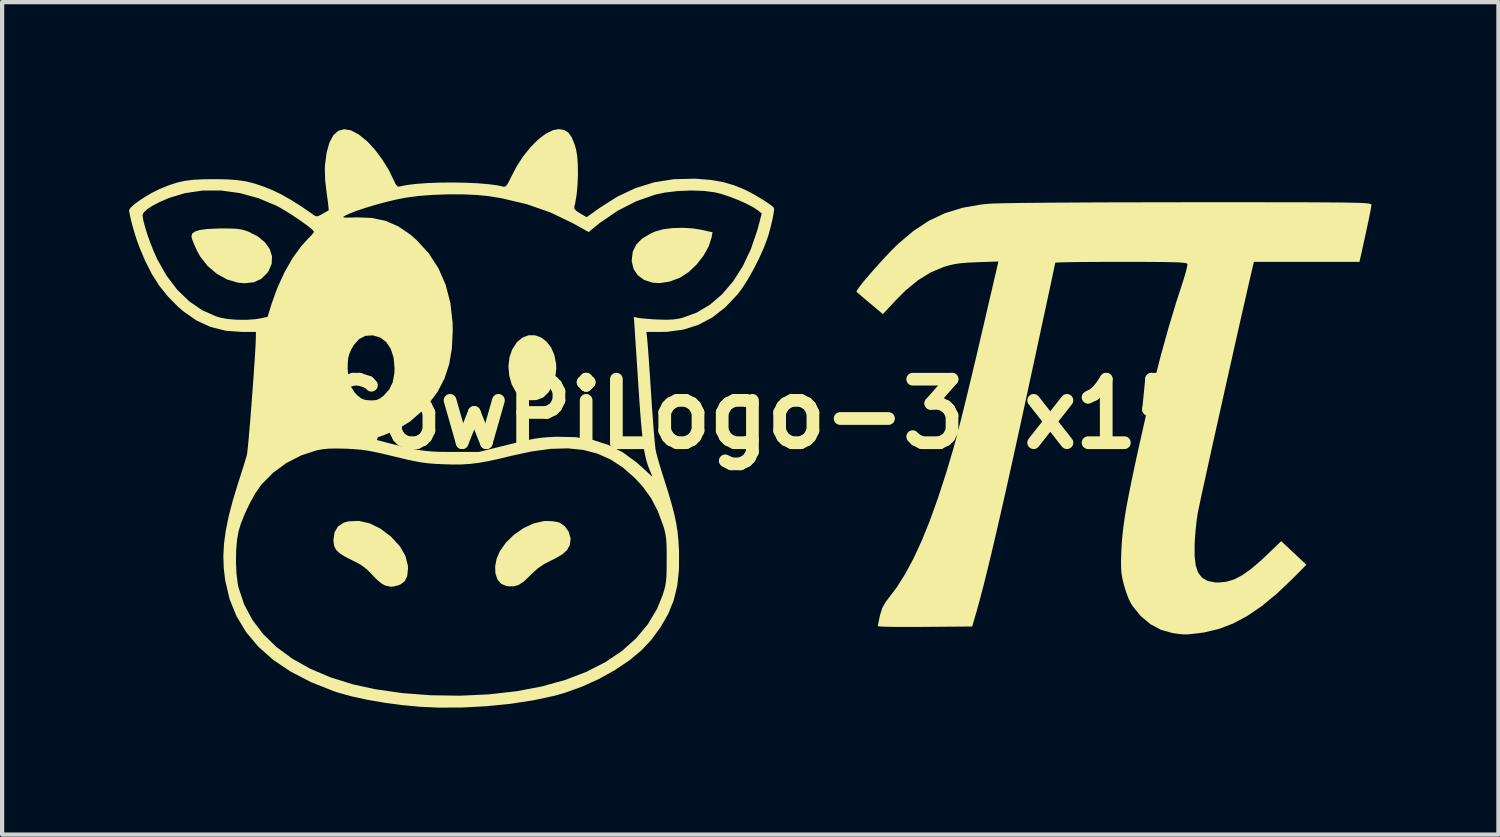
<source format=kicad_pcb>
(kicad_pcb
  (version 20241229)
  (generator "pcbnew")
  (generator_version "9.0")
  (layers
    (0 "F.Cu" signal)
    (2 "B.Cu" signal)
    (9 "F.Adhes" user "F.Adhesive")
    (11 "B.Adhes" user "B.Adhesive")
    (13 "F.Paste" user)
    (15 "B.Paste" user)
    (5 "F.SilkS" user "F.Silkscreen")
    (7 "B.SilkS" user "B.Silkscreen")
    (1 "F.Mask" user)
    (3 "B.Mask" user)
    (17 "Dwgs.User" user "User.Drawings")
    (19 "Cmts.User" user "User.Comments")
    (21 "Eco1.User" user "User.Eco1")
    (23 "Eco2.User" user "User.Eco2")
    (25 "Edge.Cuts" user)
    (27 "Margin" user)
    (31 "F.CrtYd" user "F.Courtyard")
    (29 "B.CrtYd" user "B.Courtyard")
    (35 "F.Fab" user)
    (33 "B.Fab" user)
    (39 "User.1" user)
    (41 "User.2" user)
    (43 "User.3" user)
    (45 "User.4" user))
  (footprint "CowPiLogo-30x15"
    (layer "F.Cu")
    (at 14.867 6.729)
    (property "Reference" "CowPiLogo-30x15" (at 0 0 0) (layer "F.SilkS") (effects (font (size 1.5 1.5) (thickness 0.3))))
    (attr board_only exclude_from_pos_files exclude_from_bom)
    (fp_poly (pts (xy -5.28 -1.859) (xy -5.137 -1.808) (xy -5.008 -1.711) (xy -4.899 -1.571) (xy -4.821 -1.391) (xy -4.78 -1.177) (xy -4.776 -1.07) (xy -4.801 -0.868) (xy -4.865 -0.676) (xy -4.959 -0.512) (xy -5.075 -0.398) (xy -5.088 -0.389) (xy -5.25 -0.327) (xy -5.423 -0.326) (xy -5.584 -0.385) (xy -5.603 -0.396) (xy -5.733 -0.524) (xy -5.829 -0.698) (xy -5.888 -0.903) (xy -5.907 -1.123) (xy -5.882 -1.34) (xy -5.817 -1.526) (xy -5.705 -1.697) (xy -5.572 -1.807) (xy -5.428 -1.86)) (stroke (width 0) (type solid)) (fill yes) (layer "F.SilkS"))
    (fp_poly (pts (xy -1.546 -4.383) (xy -1.358 -4.352) (xy -1.085 -4.292) (xy -1.109 -4.165) (xy -1.178 -3.954) (xy -1.3 -3.738) (xy -1.46 -3.533) (xy -1.646 -3.356) (xy -1.844 -3.225) (xy -1.861 -3.217) (xy -2.101 -3.127) (xy -2.339 -3.091) (xy -2.501 -3.102) (xy -2.698 -3.165) (xy -2.851 -3.275) (xy -2.951 -3.425) (xy -2.994 -3.607) (xy -2.994 -3.639) (xy -2.969 -3.835) (xy -2.889 -4) (xy -2.751 -4.141) (xy -2.55 -4.262) (xy -2.431 -4.314) (xy -2.254 -4.363) (xy -2.032 -4.391) (xy -1.789 -4.398)) (stroke (width 0) (type solid)) (fill yes) (layer "F.SilkS"))
    (fp_poly (pts (xy -12.485 -4.381) (xy -12.339 -4.375) (xy -12.228 -4.361) (xy -12.133 -4.337) (xy -12.045 -4.305) (xy -11.824 -4.192) (xy -11.656 -4.052) (xy -11.544 -3.893) (xy -11.491 -3.722) (xy -11.5 -3.547) (xy -11.574 -3.374) (xy -11.607 -3.328) (xy -11.75 -3.189) (xy -11.928 -3.11) (xy -12.143 -3.088) (xy -12.297 -3.102) (xy -12.553 -3.177) (xy -12.796 -3.311) (xy -13.012 -3.496) (xy -13.189 -3.721) (xy -13.261 -3.851) (xy -13.321 -3.983) (xy -13.368 -4.099) (xy -13.393 -4.18) (xy -13.394 -4.188) (xy -13.38 -4.257) (xy -13.314 -4.31) (xy -13.192 -4.347) (xy -13.011 -4.37) (xy -12.766 -4.381) (xy -12.682 -4.382)) (stroke (width 0) (type solid)) (fill yes) (layer "F.SilkS"))
    (fp_poly (pts (xy -4.88 2.532) (xy -4.754 2.551) (xy -4.693 2.569) (xy -4.574 2.652) (xy -4.484 2.78) (xy -4.441 2.927) (xy -4.439 2.963) (xy -4.458 3.098) (xy -4.52 3.212) (xy -4.633 3.315) (xy -4.806 3.415) (xy -4.876 3.449) (xy -5.063 3.544) (xy -5.213 3.647) (xy -5.359 3.78) (xy -5.396 3.817) (xy -5.535 3.95) (xy -5.654 4.032) (xy -5.768 4.07) (xy -5.896 4.071) (xy -5.958 4.063) (xy -6.08 4.011) (xy -6.166 3.909) (xy -6.214 3.768) (xy -6.221 3.601) (xy -6.186 3.42) (xy -6.112 3.246) (xy -5.965 3.036) (xy -5.772 2.849) (xy -5.55 2.696) (xy -5.314 2.587) (xy -5.079 2.532) (xy -5.017 2.528)) (stroke (width 0) (type solid)) (fill yes) (layer "F.SilkS"))
    (fp_poly (pts (xy -9.187 2.583) (xy -8.934 2.706) (xy -8.687 2.893) (xy -8.666 2.913) (xy -8.468 3.13) (xy -8.341 3.351) (xy -8.283 3.577) (xy -8.279 3.654) (xy -8.298 3.83) (xy -8.358 3.953) (xy -8.463 4.03) (xy -8.52 4.05) (xy -8.621 4.076) (xy -8.693 4.08) (xy -8.775 4.063) (xy -8.825 4.049) (xy -8.904 4.005) (xy -9.008 3.919) (xy -9.117 3.807) (xy -9.249 3.671) (xy -9.385 3.569) (xy -9.556 3.476) (xy -9.575 3.468) (xy -9.763 3.373) (xy -9.894 3.29) (xy -9.978 3.209) (xy -10.023 3.119) (xy -10.039 3.01) (xy -10.04 2.971) (xy -10.013 2.791) (xy -9.932 2.656) (xy -9.797 2.567) (xy -9.687 2.536) (xy -9.44 2.526)) (stroke (width 0) (type solid)) (fill yes) (layer "F.SilkS"))
    (fp_poly (pts (xy 11.387 -5.002) (xy 11.897 -5.002) (xy 12.348 -5.001) (xy 12.744 -5.001) (xy 13.087 -5) (xy 13.382 -4.998) (xy 13.632 -4.996) (xy 13.841 -4.994) (xy 14.013 -4.991) (xy 14.15 -4.988) (xy 14.258 -4.984) (xy 14.339 -4.979) (xy 14.398 -4.973) (xy 14.438 -4.967) (xy 14.462 -4.96) (xy 14.474 -4.952) (xy 14.479 -4.942) (xy 14.479 -4.938) (xy 14.471 -4.882) (xy 14.45 -4.765) (xy 14.416 -4.597) (xy 14.371 -4.385) (xy 14.317 -4.138) (xy 14.257 -3.863) (xy 14.214 -3.673) (xy 14.196 -3.593) (xy 12.949 -3.593) (xy 11.702 -3.593) (xy 11.63 -3.285) (xy 11.578 -3.059) (xy 11.516 -2.788) (xy 11.445 -2.478) (xy 11.368 -2.137) (xy 11.285 -1.771) (xy 11.199 -1.386) (xy 11.11 -0.989) (xy 11.019 -0.586) (xy 10.93 -0.184) (xy 10.842 0.211) (xy 10.757 0.592) (xy 10.677 0.952) (xy 10.604 1.286) (xy 10.538 1.586) (xy 10.481 1.846) (xy 10.435 2.06) (xy 10.401 2.22) (xy 10.38 2.321) (xy 10.376 2.344) (xy 10.35 2.519) (xy 10.327 2.732) (xy 10.309 2.949) (xy 10.303 3.065) (xy 10.302 3.352) (xy 10.328 3.579) (xy 10.386 3.749) (xy 10.479 3.869) (xy 10.609 3.944) (xy 10.779 3.978) (xy 10.869 3.981) (xy 11.053 3.963) (xy 11.236 3.908) (xy 11.426 3.809) (xy 11.633 3.663) (xy 11.866 3.464) (xy 11.969 3.367) (xy 12.348 3.004) (xy 12.645 3.282) (xy 12.942 3.561) (xy 12.627 3.88) (xy 12.253 4.237) (xy 11.897 4.532) (xy 11.552 4.768) (xy 11.214 4.949) (xy 10.875 5.078) (xy 10.53 5.16) (xy 10.39 5.179) (xy 10.237 5.196) (xy 10.13 5.206) (xy 10.044 5.207) (xy 9.956 5.199) (xy 9.84 5.184) (xy 9.783 5.175) (xy 9.512 5.101) (xy 9.256 4.964) (xy 9.027 4.772) (xy 8.835 4.533) (xy 8.794 4.468) (xy 8.741 4.356) (xy 8.683 4.204) (xy 8.634 4.042) (xy 8.626 4.012) (xy 8.594 3.877) (xy 8.574 3.756) (xy 8.565 3.628) (xy 8.564 3.475) (xy 8.57 3.274) (xy 8.571 3.241) (xy 8.582 3.049) (xy 8.598 2.857) (xy 8.621 2.656) (xy 8.652 2.437) (xy 8.693 2.192) (xy 8.746 1.913) (xy 8.811 1.589) (xy 8.89 1.213) (xy 8.967 0.858) (xy 9.151 0.041) (xy 9.332 -0.712) (xy 9.51 -1.405) (xy 9.688 -2.045) (xy 9.867 -2.637) (xy 9.987 -3.007) (xy 10.044 -3.184) (xy 10.09 -3.339) (xy 10.12 -3.459) (xy 10.133 -3.532) (xy 10.132 -3.544) (xy 10.117 -3.556) (xy 10.081 -3.566) (xy 10.016 -3.574) (xy 9.918 -3.581) (xy 9.78 -3.585) (xy 9.597 -3.589) (xy 9.363 -3.591) (xy 9.072 -3.593) (xy 8.718 -3.593) (xy 8.562 -3.593) (xy 8.239 -3.593) (xy 7.939 -3.592) (xy 7.668 -3.59) (xy 7.435 -3.587) (xy 7.246 -3.584) (xy 7.108 -3.58) (xy 7.028 -3.576) (xy 7.011 -3.573) (xy 7.003 -3.536) (xy 6.982 -3.436) (xy 6.948 -3.276) (xy 6.903 -3.062) (xy 6.846 -2.799) (xy 6.78 -2.492) (xy 6.705 -2.145) (xy 6.623 -1.763) (xy 6.535 -1.352) (xy 6.44 -0.916) (xy 6.342 -0.46) (xy 6.339 -0.447) (xy 6.169 0.337) (xy 6.012 1.053) (xy 5.867 1.705) (xy 5.734 2.295) (xy 5.612 2.826) (xy 5.501 3.299) (xy 5.399 3.718) (xy 5.308 4.084) (xy 5.225 4.4) (xy 5.151 4.668) (xy 5.13 4.738) (xy 5.048 5.02) (xy 3.933 5.029) (xy 3.661 5.031) (xy 3.413 5.031) (xy 3.197 5.029) (xy 3.023 5.026) (xy 2.897 5.021) (xy 2.829 5.015) (xy 2.82 5.012) (xy 2.827 4.966) (xy 2.846 4.872) (xy 2.868 4.763) (xy 2.923 4.583) (xy 3.009 4.433) (xy 3.054 4.375) (xy 3.264 4.099) (xy 3.466 3.779) (xy 3.663 3.412) (xy 3.857 2.992) (xy 4.049 2.517) (xy 4.241 1.982) (xy 4.435 1.385) (xy 4.596 0.845) (xy 4.643 0.675) (xy 4.704 0.446) (xy 4.774 0.169) (xy 4.853 -0.145) (xy 4.937 -0.487) (xy 5.023 -0.845) (xy 5.11 -1.21) (xy 5.178 -1.497) (xy 5.257 -1.839) (xy 5.334 -2.167) (xy 5.404 -2.472) (xy 5.468 -2.746) (xy 5.524 -2.984) (xy 5.568 -3.176) (xy 5.601 -3.315) (xy 5.619 -3.393) (xy 5.619 -3.395) (xy 5.668 -3.602) (xy 5.168 -3.585) (xy 4.945 -3.575) (xy 4.772 -3.561) (xy 4.631 -3.54) (xy 4.5 -3.51) (xy 4.378 -3.474) (xy 4.068 -3.344) (xy 3.767 -3.159) (xy 3.468 -2.912) (xy 3.25 -2.693) (xy 2.938 -2.359) (xy 2.641 -2.609) (xy 2.517 -2.713) (xy 2.414 -2.801) (xy 2.342 -2.863) (xy 2.315 -2.886) (xy 2.327 -2.921) (xy 2.38 -2.997) (xy 2.466 -3.108) (xy 2.579 -3.242) (xy 2.709 -3.393) (xy 2.85 -3.551) (xy 2.994 -3.708) (xy 3.133 -3.854) (xy 3.26 -3.981) (xy 3.304 -4.023) (xy 3.66 -4.324) (xy 4.023 -4.563) (xy 4.404 -4.743) (xy 4.815 -4.87) (xy 5.268 -4.949) (xy 5.448 -4.967) (xy 5.543 -4.972) (xy 5.704 -4.976) (xy 5.927 -4.981) (xy 6.209 -4.985) (xy 6.544 -4.988) (xy 6.931 -4.992) (xy 7.363 -4.994) (xy 7.838 -4.997) (xy 8.351 -4.999) (xy 8.897 -5) (xy 9.475 -5.001) (xy 10.078 -5.002) (xy 10.172 -5.002) (xy 10.813 -5.002)) (stroke (width 0) (type solid)) (fill yes) (layer "F.SilkS"))
    (fp_poly (pts (xy -4.594 -6.71) (xy -4.494 -6.649) (xy -4.413 -6.538) (xy -4.344 -6.368) (xy -4.31 -6.253) (xy -4.282 -6.089) (xy -4.267 -5.877) (xy -4.265 -5.638) (xy -4.276 -5.394) (xy -4.298 -5.164) (xy -4.331 -4.971) (xy -4.351 -4.896) (xy -4.348 -4.846) (xy -4.297 -4.793) (xy -4.215 -4.74) (xy -4.059 -4.648) (xy -3.764 -4.86) (xy -3.338 -5.132) (xy -2.907 -5.335) (xy -2.463 -5.473) (xy -2 -5.546) (xy -1.511 -5.558) (xy -1.447 -5.555) (xy -1.119 -5.528) (xy -0.836 -5.478) (xy -0.573 -5.401) (xy -0.33 -5.302) (xy -0.202 -5.238) (xy -0.058 -5.158) (xy 0.085 -5.072) (xy 0.214 -4.99) (xy 0.312 -4.919) (xy 0.363 -4.872) (xy 0.365 -4.869) (xy 0.368 -4.819) (xy 0.353 -4.717) (xy 0.326 -4.579) (xy 0.289 -4.423) (xy 0.246 -4.263) (xy 0.211 -4.15) (xy 0.124 -3.92) (xy 0.01 -3.667) (xy -0.121 -3.41) (xy -0.259 -3.167) (xy -0.394 -2.957) (xy -0.493 -2.827) (xy -0.784 -2.52) (xy -1.091 -2.28) (xy -1.418 -2.106) (xy -1.769 -1.994) (xy -2.15 -1.942) (xy -2.306 -1.938) (xy -2.647 -1.938) (xy -2.627 -1.753) (xy -2.62 -1.672) (xy -2.609 -1.531) (xy -2.595 -1.34) (xy -2.579 -1.11) (xy -2.561 -0.851) (xy -2.543 -0.572) (xy -2.534 -0.444) (xy -2.516 -0.16) (xy -2.496 0.108) (xy -2.478 0.351) (xy -2.46 0.558) (xy -2.445 0.721) (xy -2.433 0.827) (xy -2.429 0.855) (xy -2.406 0.952) (xy -2.366 1.098) (xy -2.314 1.276) (xy -2.254 1.467) (xy -2.235 1.527) (xy -2.132 1.854) (xy -2.051 2.129) (xy -1.989 2.366) (xy -1.944 2.578) (xy -1.912 2.779) (xy -1.892 2.984) (xy -1.879 3.205) (xy -1.877 3.243) (xy -1.878 3.671) (xy -1.918 4.051) (xy -2.001 4.397) (xy -2.132 4.721) (xy -2.314 5.038) (xy -2.534 5.338) (xy -2.764 5.583) (xy -3.052 5.822) (xy -3.389 6.048) (xy -3.76 6.255) (xy -4.156 6.436) (xy -4.565 6.584) (xy -4.813 6.655) (xy -5.31 6.762) (xy -5.854 6.846) (xy -6.425 6.903) (xy -7.004 6.934) (xy -7.571 6.936) (xy -7.997 6.916) (xy -8.417 6.877) (xy -8.836 6.821) (xy -9.24 6.751) (xy -9.612 6.67) (xy -9.936 6.58) (xy -10.035 6.547) (xy -10.574 6.333) (xy -11.05 6.087) (xy -11.463 5.808) (xy -11.814 5.498) (xy -12.102 5.155) (xy -12.329 4.78) (xy -12.494 4.372) (xy -12.598 3.93) (xy -12.632 3.636) (xy -12.636 3.504) (xy -12.343 3.504) (xy -12.331 3.772) (xy -12.301 4.009) (xy -12.282 4.103) (xy -12.15 4.498) (xy -11.955 4.864) (xy -11.699 5.201) (xy -11.384 5.507) (xy -11.013 5.78) (xy -10.588 6.018) (xy -10.111 6.221) (xy -9.585 6.385) (xy -9.071 6.499) (xy -8.427 6.592) (xy -7.747 6.644) (xy -7.051 6.655) (xy -6.361 6.623) (xy -6.355 6.622) (xy -5.711 6.549) (xy -5.113 6.435) (xy -4.564 6.282) (xy -4.065 6.091) (xy -3.619 5.863) (xy -3.227 5.599) (xy -2.892 5.301) (xy -2.614 4.968) (xy -2.396 4.603) (xy -2.264 4.28) (xy -2.228 4.164) (xy -2.202 4.061) (xy -2.185 3.954) (xy -2.175 3.827) (xy -2.17 3.662) (xy -2.169 3.452) (xy -2.169 3.232) (xy -2.173 3.065) (xy -2.183 2.934) (xy -2.2 2.825) (xy -2.226 2.718) (xy -2.249 2.642) (xy -2.38 2.29) (xy -2.539 1.985) (xy -2.74 1.709) (xy -2.922 1.512) (xy -3.2 1.267) (xy -3.492 1.076) (xy -3.803 0.937) (xy -4.14 0.849) (xy -4.507 0.812) (xy -4.911 0.824) (xy -5.358 0.885) (xy -5.809 0.982) (xy -6.121 1.057) (xy -6.382 1.114) (xy -6.607 1.154) (xy -6.812 1.179) (xy -7.012 1.192) (xy -7.223 1.194) (xy -7.447 1.187) (xy -7.637 1.178) (xy -7.802 1.165) (xy -7.958 1.145) (xy -8.124 1.115) (xy -8.319 1.073) (xy -8.559 1.016) (xy -8.613 1.002) (xy -8.868 0.941) (xy -9.073 0.896) (xy -9.245 0.864) (xy -9.402 0.843) (xy -9.561 0.829) (xy -9.741 0.82) (xy -9.974 0.815) (xy -10.157 0.819) (xy -10.309 0.835) (xy -10.444 0.861) (xy -10.806 0.98) (xy -11.151 1.158) (xy -11.465 1.388) (xy -11.732 1.657) (xy -11.752 1.682) (xy -11.882 1.869) (xy -12.013 2.101) (xy -12.133 2.354) (xy -12.231 2.603) (xy -12.28 2.765) (xy -12.318 2.976) (xy -12.339 3.23) (xy -12.343 3.504) (xy -12.636 3.504) (xy -12.641 3.355) (xy -12.626 3.065) (xy -12.584 2.756) (xy -12.515 2.417) (xy -12.416 2.038) (xy -12.285 1.609) (xy -12.277 1.585) (xy -12.218 1.4) (xy -12.163 1.227) (xy -12.119 1.082) (xy -12.089 0.983) (xy -12.085 0.969) (xy -12.076 0.909) (xy -12.063 0.789) (xy -12.046 0.618) (xy -12.028 0.405) (xy -12.007 0.162) (xy -11.986 -0.104) (xy -11.965 -0.381) (xy -11.944 -0.661) (xy -11.924 -0.933) (xy -11.915 -1.075) (xy -9.705 -1.075) (xy -9.686 -0.836) (xy -9.628 -0.646) (xy -9.527 -0.492) (xy -9.471 -0.436) (xy -9.387 -0.37) (xy -9.303 -0.335) (xy -9.189 -0.322) (xy -9.134 -0.32) (xy -9.023 -0.329) (xy -8.93 -0.373) (xy -8.856 -0.431) (xy -8.723 -0.578) (xy -8.64 -0.749) (xy -8.602 -0.959) (xy -8.597 -1.084) (xy -8.619 -1.33) (xy -8.686 -1.537) (xy -8.793 -1.698) (xy -8.936 -1.807) (xy -9.11 -1.857) (xy -9.114 -1.858) (xy -9.287 -1.845) (xy -9.434 -1.77) (xy -9.559 -1.63) (xy -9.615 -1.533) (xy -9.664 -1.425) (xy -9.692 -1.32) (xy -9.703 -1.191) (xy -9.705 -1.075) (xy -11.915 -1.075) (xy -11.907 -1.187) (xy -11.892 -1.415) (xy -11.881 -1.606) (xy -11.875 -1.751) (xy -11.873 -1.823) (xy -11.872 -1.938) (xy -12.199 -1.938) (xy -12.589 -1.967) (xy -12.946 -2.057) (xy -13.278 -2.21) (xy -13.592 -2.429) (xy -13.721 -2.542) (xy -13.954 -2.78) (xy -14.153 -3.028) (xy -14.328 -3.302) (xy -14.488 -3.618) (xy -14.618 -3.924) (xy -14.675 -4.078) (xy -14.732 -4.255) (xy -14.785 -4.435) (xy -14.828 -4.601) (xy -14.849 -4.7) (xy -14.55 -4.7) (xy -14.536 -4.592) (xy -14.497 -4.438) (xy -14.44 -4.251) (xy -14.368 -4.049) (xy -14.289 -3.848) (xy -14.207 -3.664) (xy -14.198 -3.646) (xy -13.979 -3.261) (xy -13.727 -2.931) (xy -13.446 -2.66) (xy -13.139 -2.45) (xy -12.808 -2.304) (xy -12.709 -2.274) (xy -12.536 -2.243) (xy -12.323 -2.226) (xy -12.098 -2.224) (xy -11.889 -2.238) (xy -11.772 -2.257) (xy -11.597 -2.294) (xy -11.502 -2.6) (xy -11.362 -2.987) (xy -11.194 -3.352) (xy -11.005 -3.682) (xy -10.801 -3.964) (xy -10.642 -4.138) (xy -10.564 -4.218) (xy -10.512 -4.279) (xy -10.498 -4.302) (xy -10.526 -4.341) (xy -10.603 -4.408) (xy -10.717 -4.494) (xy -10.855 -4.592) (xy -10.941 -4.649) (xy -9.813 -4.649) (xy -9.791 -4.641) (xy -9.72 -4.638) (xy -9.593 -4.641) (xy -9.495 -4.645) (xy -9.135 -4.631) (xy -8.812 -4.563) (xy -8.515 -4.435) (xy -8.231 -4.244) (xy -8.081 -4.113) (xy -7.79 -3.796) (xy -7.56 -3.442) (xy -7.389 -3.05) (xy -7.278 -2.621) (xy -7.226 -2.154) (xy -7.222 -1.973) (xy -7.243 -1.548) (xy -7.307 -1.172) (xy -7.419 -0.833) (xy -7.582 -0.521) (xy -7.801 -0.227) (xy -7.939 -0.077) (xy -8.231 0.178) (xy -8.556 0.377) (xy -8.842 0.497) (xy -9.107 0.591) (xy -8.966 0.628) (xy -8.664 0.707) (xy -8.418 0.768) (xy -8.212 0.815) (xy -8.035 0.849) (xy -7.874 0.872) (xy -7.714 0.886) (xy -7.543 0.894) (xy -7.348 0.896) (xy -7.24 0.897) (xy -6.605 0.897) (xy -5.918 0.726) (xy -5.664 0.664) (xy -5.461 0.618) (xy -5.292 0.585) (xy -5.141 0.563) (xy -4.99 0.549) (xy -4.822 0.54) (xy -4.774 0.538) (xy -4.327 0.547) (xy -3.922 0.61) (xy -3.55 0.729) (xy -3.204 0.907) (xy -2.876 1.147) (xy -2.752 1.258) (xy -2.649 1.354) (xy -2.567 1.429) (xy -2.519 1.472) (xy -2.511 1.478) (xy -2.519 1.45) (xy -2.548 1.377) (xy -2.569 1.327) (xy -2.608 1.229) (xy -2.642 1.123) (xy -2.672 1.003) (xy -2.699 0.863) (xy -2.724 0.693) (xy -2.747 0.488) (xy -2.771 0.241) (xy -2.795 -0.056) (xy -2.82 -0.409) (xy -2.846 -0.804) (xy -2.944 -2.295) (xy -2.855 -2.273) (xy -2.783 -2.262) (xy -2.66 -2.25) (xy -2.506 -2.238) (xy -2.396 -2.232) (xy -2.184 -2.225) (xy -2.017 -2.232) (xy -1.871 -2.254) (xy -1.797 -2.271) (xy -1.461 -2.394) (xy -1.147 -2.581) (xy -0.859 -2.828) (xy -0.6 -3.131) (xy -0.373 -3.487) (xy -0.181 -3.892) (xy -0.027 -4.342) (xy 0.004 -4.456) (xy 0.076 -4.737) (xy -0.006 -4.804) (xy -0.12 -4.881) (xy -0.283 -4.966) (xy -0.476 -5.053) (xy -0.679 -5.132) (xy -0.873 -5.197) (xy -1.019 -5.234) (xy -1.286 -5.269) (xy -1.592 -5.279) (xy -1.91 -5.266) (xy -2.212 -5.23) (xy -2.438 -5.182) (xy -2.887 -5.025) (xy -3.324 -4.802) (xy -3.739 -4.52) (xy -3.846 -4.434) (xy -4.011 -4.298) (xy -4.389 -4.508) (xy -4.913 -4.76) (xy -5.477 -4.957) (xy -6.084 -5.099) (xy -6.376 -5.146) (xy -6.66 -5.174) (xy -6.99 -5.188) (xy -7.344 -5.188) (xy -7.701 -5.175) (xy -8.036 -5.149) (xy -8.329 -5.11) (xy -8.332 -5.11) (xy -8.549 -5.067) (xy -8.79 -5.01) (xy -9.038 -4.943) (xy -9.278 -4.871) (xy -9.491 -4.8) (xy -9.663 -4.733) (xy -9.748 -4.693) (xy -9.796 -4.666) (xy -9.813 -4.649) (xy -10.941 -4.649) (xy -11.006 -4.693) (xy -11.159 -4.789) (xy -11.3 -4.872) (xy -11.383 -4.917) (xy -11.81 -5.097) (xy -12.249 -5.218) (xy -12.691 -5.278) (xy -13.128 -5.278) (xy -13.549 -5.216) (xy -13.909 -5.108) (xy -14.126 -5.016) (xy -14.307 -4.923) (xy -14.443 -4.834) (xy -14.526 -4.755) (xy -14.55 -4.7) (xy -14.849 -4.7) (xy -14.857 -4.736) (xy -14.867 -4.816) (xy -14.837 -4.868) (xy -14.757 -4.942) (xy -14.64 -5.03) (xy -14.497 -5.125) (xy -14.341 -5.216) (xy -14.186 -5.296) (xy -14.109 -5.33) (xy -13.906 -5.41) (xy -13.723 -5.469) (xy -13.544 -5.508) (xy -13.348 -5.532) (xy -13.116 -5.544) (xy -12.876 -5.547) (xy -12.58 -5.543) (xy -12.333 -5.527) (xy -12.116 -5.496) (xy -11.908 -5.445) (xy -11.689 -5.371) (xy -11.489 -5.291) (xy -11.286 -5.194) (xy -11.049 -5.06) (xy -10.795 -4.9) (xy -10.541 -4.725) (xy -10.511 -4.703) (xy -10.459 -4.671) (xy -10.409 -4.672) (xy -10.334 -4.706) (xy -10.3 -4.726) (xy -10.216 -4.774) (xy -10.161 -4.806) (xy -10.153 -4.811) (xy -10.154 -4.847) (xy -10.163 -4.938) (xy -10.18 -5.07) (xy -10.201 -5.219) (xy -10.235 -5.513) (xy -10.244 -5.771) (xy -10.24 -5.883) (xy -10.2 -6.18) (xy -10.134 -6.414) (xy -10.043 -6.583) (xy -9.928 -6.688) (xy -9.79 -6.727) (xy -9.63 -6.701) (xy -9.449 -6.607) (xy -9.249 -6.446) (xy -9.242 -6.44) (xy -9.065 -6.249) (xy -8.89 -6.016) (xy -8.736 -5.769) (xy -8.629 -5.55) (xy -8.573 -5.433) (xy -8.527 -5.377) (xy -8.492 -5.37) (xy -8.324 -5.406) (xy -8.099 -5.434) (xy -7.833 -5.454) (xy -7.539 -5.465) (xy -7.232 -5.468) (xy -6.926 -5.463) (xy -6.635 -5.45) (xy -6.373 -5.428) (xy -6.155 -5.399) (xy -6.017 -5.368) (xy -5.976 -5.374) (xy -5.932 -5.424) (xy -5.877 -5.526) (xy -5.853 -5.578) (xy -5.716 -5.843) (xy -5.557 -6.088) (xy -5.383 -6.304) (xy -5.204 -6.484) (xy -5.025 -6.62) (xy -4.855 -6.704) (xy -4.72 -6.729)) (stroke (width 0) (type solid)) (fill yes) (layer "F.SilkS")))
  (gr_rect
    (start -3 -3)
    (end 32.346 16.665)
    (stroke (width 0.1) (type default))
    (fill no)
    (layer "Edge.Cuts")))
</source>
